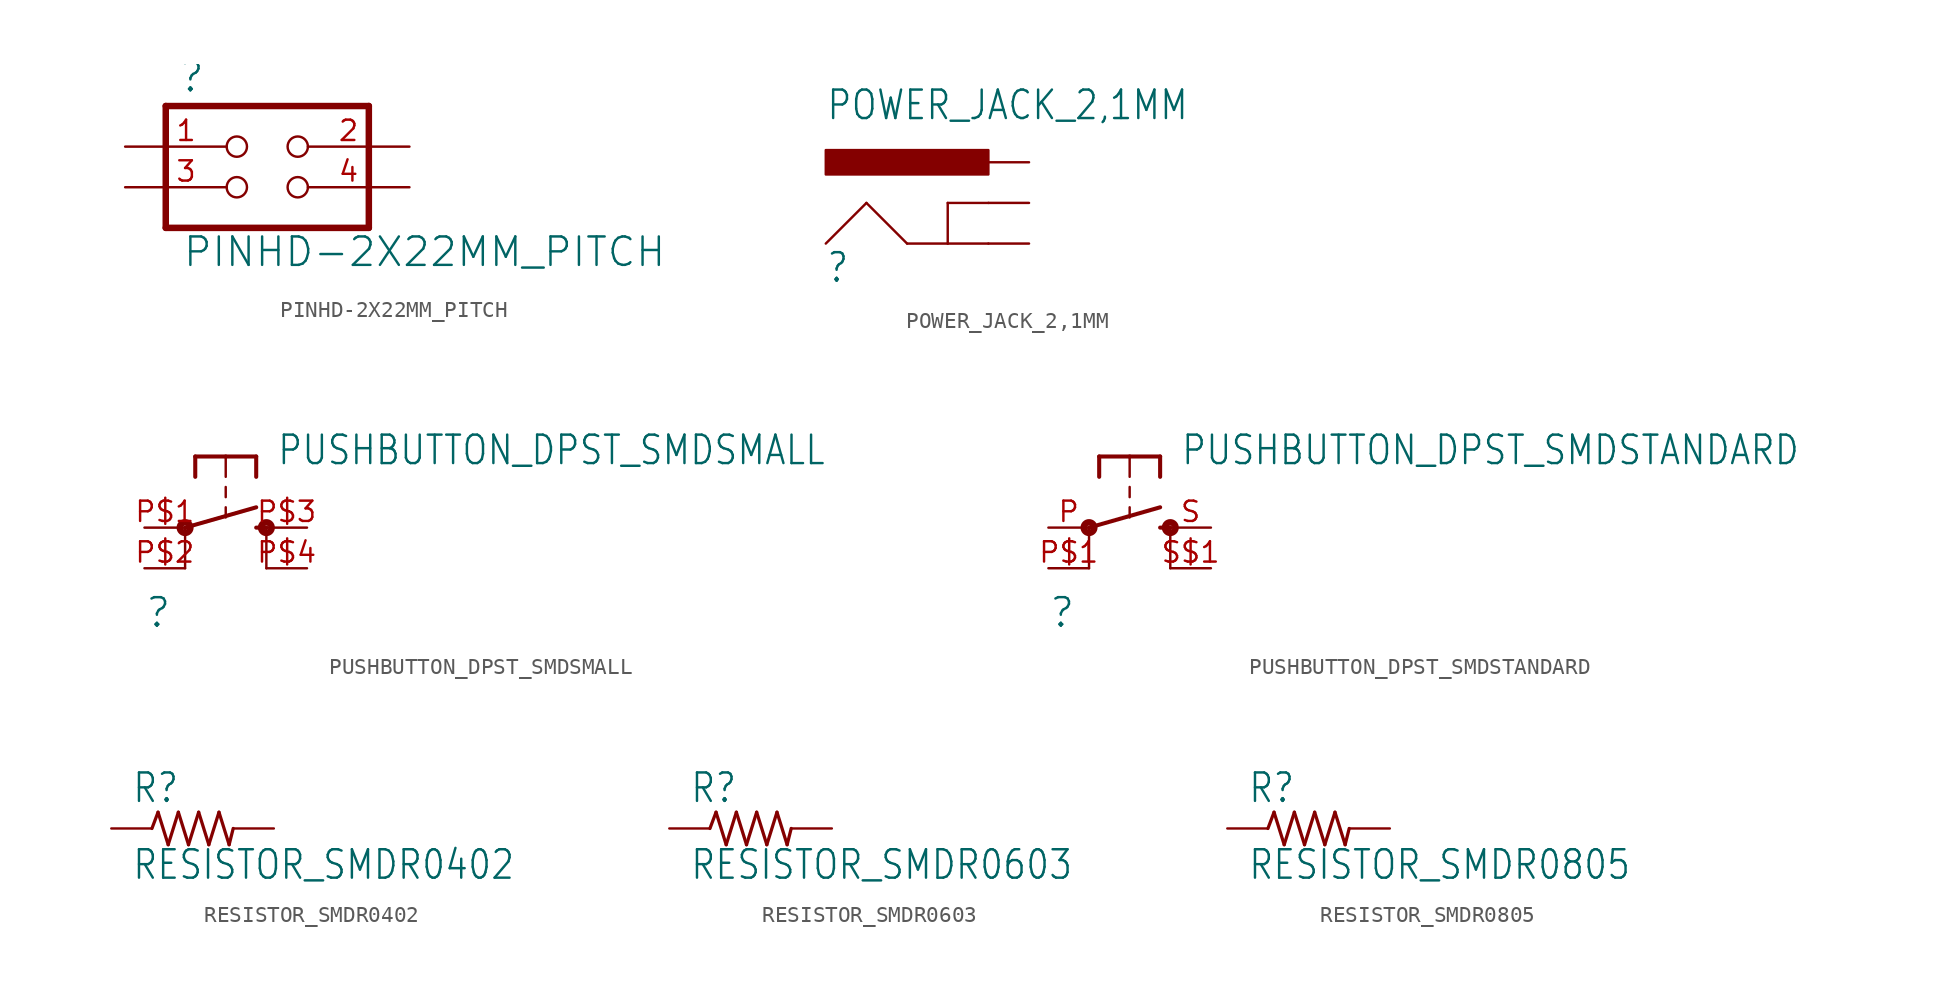
<source format=kicad_sym>
(kicad_symbol_lib
  (version 20211014)
  (generator kicad_symbol_editor)
  (symbol "PINHD-2X22MM_PITCH"
    (property "Reference" ""
      (at -4.318 5.842 0)
      (effects (font (size 1.778 1.778)) (justify left bottom)))
    (property "Value" "PINHD-2X22MM_PITCH"
      (at -4.064 -5.08 0)
      (effects (font (size 1.778 1.778)) (justify left bottom)))
    (property "ki_locked" ""
      (at 0 0 0)
      (effects (font (size 1.27 1.27))))
    (symbol "PINHD-2X22MM_PITCH_1_0"
      (polyline (pts (xy -5.08 -2.54) (xy 7.62 -2.54)) (stroke (width 0.406) (type default) (color 0 0 0 0)) (fill (type none)))
      (polyline (pts (xy -5.08 5.08) (xy -5.08 -2.54)) (stroke (width 0.406) (type default) (color 0 0 0 0)) (fill (type none)))
      (polyline (pts (xy 7.62 -2.54) (xy 7.62 5.08)) (stroke (width 0.406) (type default) (color 0 0 0 0)) (fill (type none)))
      (polyline (pts (xy 7.62 5.08) (xy -5.08 5.08)) (stroke (width 0.406) (type default) (color 0 0 0 0)) (fill (type none)))
      (pin passive inverted (at -7.62 2.54 0) (length 7.62) (name "1" (effects (font (size 0 0)))) (number "1" (effects (font (size 1.27 1.27)))))
      (pin passive inverted (at 10.16 2.54 180) (length 7.62) (name "2" (effects (font (size 0 0)))) (number "2" (effects (font (size 1.27 1.27)))))
      (pin passive inverted (at -7.62 0 0) (length 7.62) (name "3" (effects (font (size 0 0)))) (number "3" (effects (font (size 1.27 1.27)))))
      (pin passive inverted (at 10.16 0 180) (length 7.62) (name "4" (effects (font (size 0 0)))) (number "4" (effects (font (size 1.27 1.27)))))))
  (symbol "POWER_JACK_2,1MM"
    (property "Reference" ""
      (at -10.16 0 0)
      (effects (font (size 1.778 1.511)) (justify left bottom)))
    (property "Value" "POWER_JACK_2,1MM"
      (at -10.16 10.16 0)
      (effects (font (size 1.778 1.511)) (justify left bottom)))
    (property "ki_locked" ""
      (at 0 0 0)
      (effects (font (size 1.27 1.27))))
    (symbol "POWER_JACK_2,1MM_1_0"
      (rectangle (start -10.16 6.858) (end 0 8.382) (stroke (width 0) (type default) (color 0 0 0 0)) (fill (type outline)))
      (polyline (pts (xy -10.16 2.54) (xy -7.62 5.08)) (stroke (width 0.152) (type default) (color 0 0 0 0)) (fill (type none)))
      (polyline (pts (xy -7.62 5.08) (xy -5.08 2.54)) (stroke (width 0.152) (type default) (color 0 0 0 0)) (fill (type none)))
      (polyline (pts (xy -5.08 2.54) (xy -2.54 2.54)) (stroke (width 0.152) (type default) (color 0 0 0 0)) (fill (type none)))
      (polyline (pts (xy -2.54 2.54) (xy -2.54 5.08)) (stroke (width 0.152) (type default) (color 0 0 0 0)) (fill (type none)))
      (polyline (pts (xy -2.54 2.54) (xy 0 2.54)) (stroke (width 0.152) (type default) (color 0 0 0 0)) (fill (type none)))
      (polyline (pts (xy -2.54 5.08) (xy 0 5.08)) (stroke (width 0.152) (type default) (color 0 0 0 0)) (fill (type none)))
      (pin bidirectional line (at 2.54 7.62 180) (length 2.54) (name "PWR" (effects (font (size 0 0)))) (number "P$1" (effects (font (size 0 0)))))
      (pin bidirectional line (at 2.54 2.54 180) (length 2.54) (name "GND" (effects (font (size 0 0)))) (number "P$2" (effects (font (size 0 0)))))
      (pin bidirectional line (at 2.54 5.08 180) (length 2.54) (name "GNDBREAK" (effects (font (size 0 0)))) (number "P$3" (effects (font (size 0 0)))))))
  (symbol "PUSHBUTTON_DPST_SMDSMALL"
    (property "Reference" ""
      (at -5.08 -3.81 0)
      (effects (font (size 1.778 1.778)) (justify left bottom)))
    (property "Value" "PUSHBUTTON_DPST_SMDSMALL"
      (at 3.175 6.35 0)
      (effects (font (size 1.778 1.511)) (justify left bottom)))
    (property "ki_locked" ""
      (at 0 0 0)
      (effects (font (size 1.27 1.27))))
    (symbol "PUSHBUTTON_DPST_SMDSMALL_1_0"
      (circle (center -2.54 2.54) (radius 0.127) (stroke (width 0.406) (type default) (color 0 0 0 0)) (fill (type none)))
      (polyline (pts (xy -2.54 0) (xy -2.54 2.54)) (stroke (width 0.152) (type default) (color 0 0 0 0)) (fill (type none)))
      (polyline (pts (xy -2.54 2.54) (xy 1.905 3.81)) (stroke (width 0.254) (type default) (color 0 0 0 0)) (fill (type none)))
      (polyline (pts (xy -1.905 6.985) (xy -1.905 5.715)) (stroke (width 0.254) (type default) (color 0 0 0 0)) (fill (type none)))
      (polyline (pts (xy 0 3.81) (xy 0 3.175)) (stroke (width 0.152) (type default) (color 0 0 0 0)) (fill (type none)))
      (polyline (pts (xy 0 5.08) (xy 0 4.445)) (stroke (width 0.152) (type default) (color 0 0 0 0)) (fill (type none)))
      (polyline (pts (xy 0 6.985) (xy -1.905 6.985)) (stroke (width 0.254) (type default) (color 0 0 0 0)) (fill (type none)))
      (polyline (pts (xy 0 6.985) (xy 0 5.715)) (stroke (width 0.152) (type default) (color 0 0 0 0)) (fill (type none)))
      (polyline (pts (xy 1.905 2.54) (xy 2.54 2.54)) (stroke (width 0.254) (type default) (color 0 0 0 0)) (fill (type none)))
      (polyline (pts (xy 1.905 6.985) (xy 0 6.985)) (stroke (width 0.254) (type default) (color 0 0 0 0)) (fill (type none)))
      (polyline (pts (xy 1.905 6.985) (xy 1.905 5.715)) (stroke (width 0.254) (type default) (color 0 0 0 0)) (fill (type none)))
      (polyline (pts (xy 2.54 0) (xy 2.54 2.54)) (stroke (width 0.152) (type default) (color 0 0 0 0)) (fill (type none)))
      (circle (center 2.54 2.54) (radius 0.127) (stroke (width 0.406) (type default) (color 0 0 0 0)) (fill (type none)))
      (pin passive line (at -5.08 2.54 0) (length 2.54) (name "P" (effects (font (size 0 0)))) (number "P$1" (effects (font (size 1.27 1.27)))))
      (pin passive line (at -5.08 0 0) (length 2.54) (name "P1" (effects (font (size 0 0)))) (number "P$2" (effects (font (size 1.27 1.27)))))
      (pin passive line (at 5.08 2.54 180) (length 2.54) (name "S" (effects (font (size 0 0)))) (number "P$3" (effects (font (size 1.27 1.27)))))
      (pin passive line (at 5.08 0 180) (length 2.54) (name "S1" (effects (font (size 0 0)))) (number "P$4" (effects (font (size 1.27 1.27)))))))
  (symbol "PUSHBUTTON_DPST_SMDSTANDARD"
    (property "Reference" ""
      (at -5.08 -3.81 0)
      (effects (font (size 1.778 1.778)) (justify left bottom)))
    (property "Value" "PUSHBUTTON_DPST_SMDSTANDARD"
      (at 3.175 6.35 0)
      (effects (font (size 1.778 1.511)) (justify left bottom)))
    (property "ki_locked" ""
      (at 0 0 0)
      (effects (font (size 1.27 1.27))))
    (symbol "PUSHBUTTON_DPST_SMDSTANDARD_1_0"
      (circle (center -2.54 2.54) (radius 0.127) (stroke (width 0.406) (type default) (color 0 0 0 0)) (fill (type none)))
      (polyline (pts (xy -2.54 0) (xy -2.54 2.54)) (stroke (width 0.152) (type default) (color 0 0 0 0)) (fill (type none)))
      (polyline (pts (xy -2.54 2.54) (xy 1.905 3.81)) (stroke (width 0.254) (type default) (color 0 0 0 0)) (fill (type none)))
      (polyline (pts (xy -1.905 6.985) (xy -1.905 5.715)) (stroke (width 0.254) (type default) (color 0 0 0 0)) (fill (type none)))
      (polyline (pts (xy 0 3.81) (xy 0 3.175)) (stroke (width 0.152) (type default) (color 0 0 0 0)) (fill (type none)))
      (polyline (pts (xy 0 5.08) (xy 0 4.445)) (stroke (width 0.152) (type default) (color 0 0 0 0)) (fill (type none)))
      (polyline (pts (xy 0 6.985) (xy -1.905 6.985)) (stroke (width 0.254) (type default) (color 0 0 0 0)) (fill (type none)))
      (polyline (pts (xy 0 6.985) (xy 0 5.715)) (stroke (width 0.152) (type default) (color 0 0 0 0)) (fill (type none)))
      (polyline (pts (xy 1.905 2.54) (xy 2.54 2.54)) (stroke (width 0.254) (type default) (color 0 0 0 0)) (fill (type none)))
      (polyline (pts (xy 1.905 6.985) (xy 0 6.985)) (stroke (width 0.254) (type default) (color 0 0 0 0)) (fill (type none)))
      (polyline (pts (xy 1.905 6.985) (xy 1.905 5.715)) (stroke (width 0.254) (type default) (color 0 0 0 0)) (fill (type none)))
      (polyline (pts (xy 2.54 0) (xy 2.54 2.54)) (stroke (width 0.152) (type default) (color 0 0 0 0)) (fill (type none)))
      (circle (center 2.54 2.54) (radius 0.127) (stroke (width 0.406) (type default) (color 0 0 0 0)) (fill (type none)))
      (pin passive line (at -5.08 2.54 0) (length 2.54) (name "P" (effects (font (size 0 0)))) (number "P" (effects (font (size 1.27 1.27)))))
      (pin passive line (at -5.08 0 0) (length 2.54) (name "P1" (effects (font (size 0 0)))) (number "P$1" (effects (font (size 1.27 1.27)))))
      (pin passive line (at 5.08 2.54 180) (length 2.54) (name "S" (effects (font (size 0 0)))) (number "S" (effects (font (size 1.27 1.27)))))
      (pin passive line (at 5.08 0 180) (length 2.54) (name "S1" (effects (font (size 0 0)))) (number "S$1" (effects (font (size 1.27 1.27)))))))
  (symbol "RESISTOR_SMDR0402"
    (property "Reference" "R"
      (at -3.81 1.499 0)
      (effects (font (size 1.778 1.511)) (justify left bottom)))
    (property "Value" "RESISTOR_SMDR0402"
      (at -3.81 -3.302 0)
      (effects (font (size 1.778 1.511)) (justify left bottom)))
    (property "ki_locked" ""
      (at 0 0 0)
      (effects (font (size 1.27 1.27))))
    (symbol "RESISTOR_SMDR0402_1_0"
      (polyline (pts (xy -2.54 0) (xy -2.159 1.016)) (stroke (width 0.203) (type default) (color 0 0 0 0)) (fill (type none)))
      (polyline (pts (xy -2.159 1.016) (xy -1.524 -1.016)) (stroke (width 0.203) (type default) (color 0 0 0 0)) (fill (type none)))
      (polyline (pts (xy -1.524 -1.016) (xy -0.889 1.016)) (stroke (width 0.203) (type default) (color 0 0 0 0)) (fill (type none)))
      (polyline (pts (xy -0.889 1.016) (xy -0.254 -1.016)) (stroke (width 0.203) (type default) (color 0 0 0 0)) (fill (type none)))
      (polyline (pts (xy -0.254 -1.016) (xy 0.381 1.016)) (stroke (width 0.203) (type default) (color 0 0 0 0)) (fill (type none)))
      (polyline (pts (xy 0.381 1.016) (xy 1.016 -1.016)) (stroke (width 0.203) (type default) (color 0 0 0 0)) (fill (type none)))
      (polyline (pts (xy 1.016 -1.016) (xy 1.651 1.016)) (stroke (width 0.203) (type default) (color 0 0 0 0)) (fill (type none)))
      (polyline (pts (xy 1.651 1.016) (xy 2.286 -1.016)) (stroke (width 0.203) (type default) (color 0 0 0 0)) (fill (type none)))
      (polyline (pts (xy 2.286 -1.016) (xy 2.54 0)) (stroke (width 0.203) (type default) (color 0 0 0 0)) (fill (type none)))
      (pin passive line (at -5.08 0 0) (length 2.54) (name "1" (effects (font (size 0 0)))) (number "1" (effects (font (size 0 0)))))
      (pin passive line (at 5.08 0 180) (length 2.54) (name "2" (effects (font (size 0 0)))) (number "2" (effects (font (size 0 0)))))))
  (symbol "RESISTOR_SMDR0603"
    (property "Reference" "R"
      (at -3.81 1.499 0)
      (effects (font (size 1.778 1.511)) (justify left bottom)))
    (property "Value" "RESISTOR_SMDR0603"
      (at -3.81 -3.302 0)
      (effects (font (size 1.778 1.511)) (justify left bottom)))
    (property "ki_locked" ""
      (at 0 0 0)
      (effects (font (size 1.27 1.27))))
    (symbol "RESISTOR_SMDR0603_1_0"
      (polyline (pts (xy -2.54 0) (xy -2.159 1.016)) (stroke (width 0.203) (type default) (color 0 0 0 0)) (fill (type none)))
      (polyline (pts (xy -2.159 1.016) (xy -1.524 -1.016)) (stroke (width 0.203) (type default) (color 0 0 0 0)) (fill (type none)))
      (polyline (pts (xy -1.524 -1.016) (xy -0.889 1.016)) (stroke (width 0.203) (type default) (color 0 0 0 0)) (fill (type none)))
      (polyline (pts (xy -0.889 1.016) (xy -0.254 -1.016)) (stroke (width 0.203) (type default) (color 0 0 0 0)) (fill (type none)))
      (polyline (pts (xy -0.254 -1.016) (xy 0.381 1.016)) (stroke (width 0.203) (type default) (color 0 0 0 0)) (fill (type none)))
      (polyline (pts (xy 0.381 1.016) (xy 1.016 -1.016)) (stroke (width 0.203) (type default) (color 0 0 0 0)) (fill (type none)))
      (polyline (pts (xy 1.016 -1.016) (xy 1.651 1.016)) (stroke (width 0.203) (type default) (color 0 0 0 0)) (fill (type none)))
      (polyline (pts (xy 1.651 1.016) (xy 2.286 -1.016)) (stroke (width 0.203) (type default) (color 0 0 0 0)) (fill (type none)))
      (polyline (pts (xy 2.286 -1.016) (xy 2.54 0)) (stroke (width 0.203) (type default) (color 0 0 0 0)) (fill (type none)))
      (pin passive line (at -5.08 0 0) (length 2.54) (name "1" (effects (font (size 0 0)))) (number "1" (effects (font (size 0 0)))))
      (pin passive line (at 5.08 0 180) (length 2.54) (name "2" (effects (font (size 0 0)))) (number "2" (effects (font (size 0 0)))))))
  (symbol "RESISTOR_SMDR0805"
    (property "Reference" "R"
      (at -3.81 1.499 0)
      (effects (font (size 1.778 1.511)) (justify left bottom)))
    (property "Value" "RESISTOR_SMDR0805"
      (at -3.81 -3.302 0)
      (effects (font (size 1.778 1.511)) (justify left bottom)))
    (property "ki_locked" ""
      (at 0 0 0)
      (effects (font (size 1.27 1.27))))
    (symbol "RESISTOR_SMDR0805_1_0"
      (polyline (pts (xy -2.54 0) (xy -2.159 1.016)) (stroke (width 0.203) (type default) (color 0 0 0 0)) (fill (type none)))
      (polyline (pts (xy -2.159 1.016) (xy -1.524 -1.016)) (stroke (width 0.203) (type default) (color 0 0 0 0)) (fill (type none)))
      (polyline (pts (xy -1.524 -1.016) (xy -0.889 1.016)) (stroke (width 0.203) (type default) (color 0 0 0 0)) (fill (type none)))
      (polyline (pts (xy -0.889 1.016) (xy -0.254 -1.016)) (stroke (width 0.203) (type default) (color 0 0 0 0)) (fill (type none)))
      (polyline (pts (xy -0.254 -1.016) (xy 0.381 1.016)) (stroke (width 0.203) (type default) (color 0 0 0 0)) (fill (type none)))
      (polyline (pts (xy 0.381 1.016) (xy 1.016 -1.016)) (stroke (width 0.203) (type default) (color 0 0 0 0)) (fill (type none)))
      (polyline (pts (xy 1.016 -1.016) (xy 1.651 1.016)) (stroke (width 0.203) (type default) (color 0 0 0 0)) (fill (type none)))
      (polyline (pts (xy 1.651 1.016) (xy 2.286 -1.016)) (stroke (width 0.203) (type default) (color 0 0 0 0)) (fill (type none)))
      (polyline (pts (xy 2.286 -1.016) (xy 2.54 0)) (stroke (width 0.203) (type default) (color 0 0 0 0)) (fill (type none)))
      (pin passive line (at -5.08 0 0) (length 2.54) (name "1" (effects (font (size 0 0)))) (number "1" (effects (font (size 0 0)))))
      (pin passive line (at 5.08 0 180) (length 2.54) (name "2" (effects (font (size 0 0)))) (number "2" (effects (font (size 0 0))))))))
</source>
